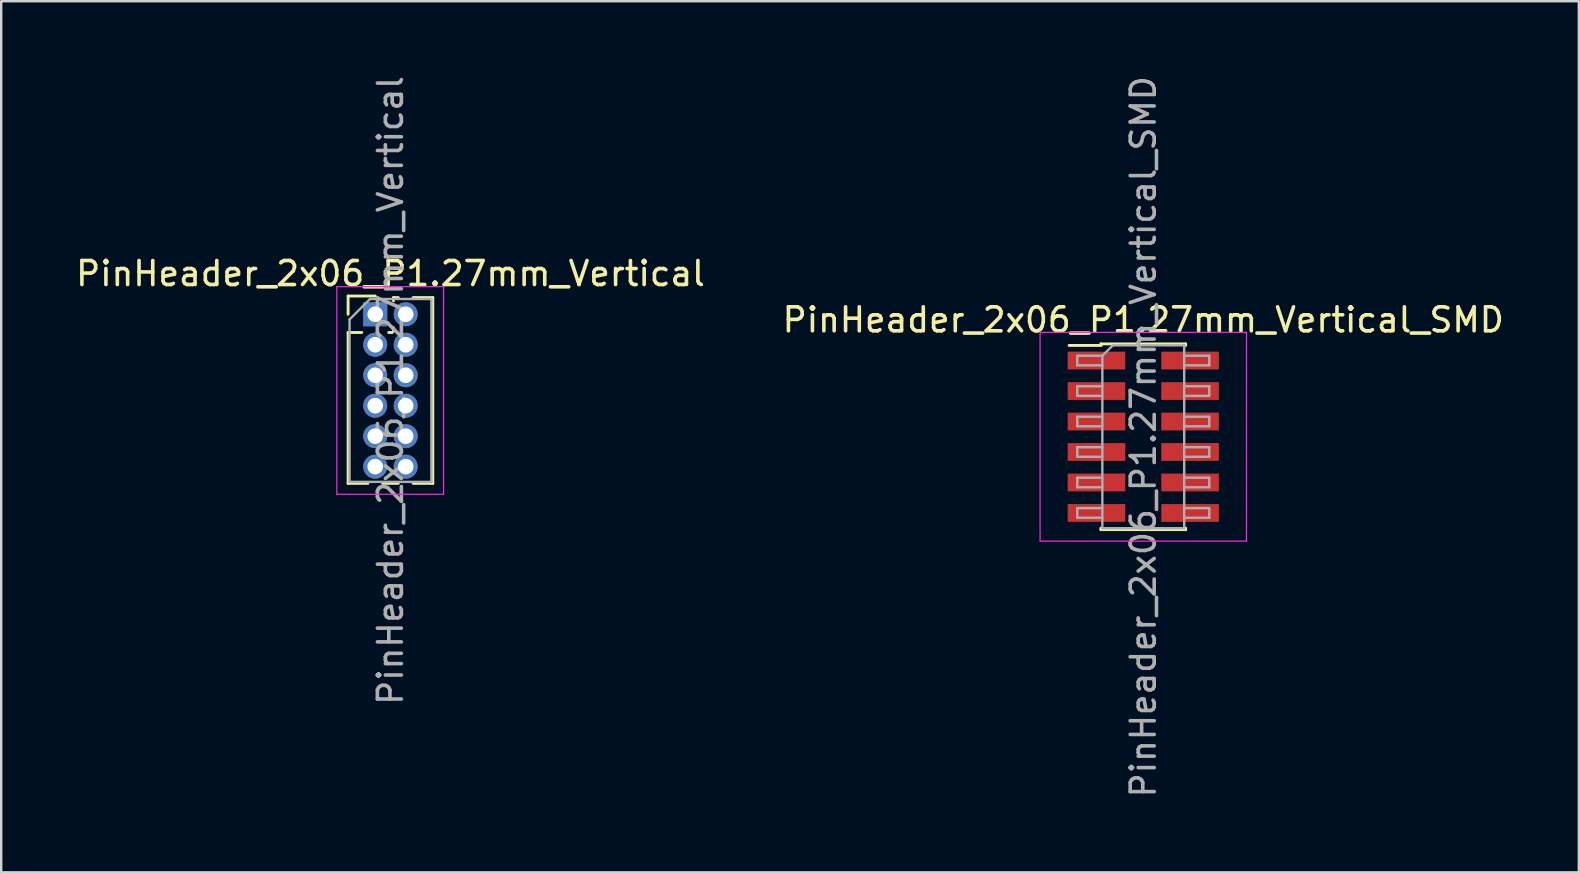
<source format=kicad_pcb>
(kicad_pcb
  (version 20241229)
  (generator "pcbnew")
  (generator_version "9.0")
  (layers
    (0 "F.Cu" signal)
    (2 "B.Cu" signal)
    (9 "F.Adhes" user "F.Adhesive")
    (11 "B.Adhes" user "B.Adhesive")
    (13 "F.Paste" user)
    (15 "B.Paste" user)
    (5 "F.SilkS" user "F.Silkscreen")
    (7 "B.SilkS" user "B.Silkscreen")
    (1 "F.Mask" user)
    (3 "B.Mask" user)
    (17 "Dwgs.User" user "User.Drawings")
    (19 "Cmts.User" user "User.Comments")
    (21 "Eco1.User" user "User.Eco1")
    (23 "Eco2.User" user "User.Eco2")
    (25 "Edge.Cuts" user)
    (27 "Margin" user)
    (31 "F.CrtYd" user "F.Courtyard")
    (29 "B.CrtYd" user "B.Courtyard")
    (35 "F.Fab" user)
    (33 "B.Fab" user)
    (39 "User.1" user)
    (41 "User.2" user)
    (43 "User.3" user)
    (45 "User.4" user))
  (footprint "PinHeader_2x06_P1.27mm_Vertical"
    (layer "F.Cu")
    (at 12.585 10.045)
    (property "Reference" "PinHeader_2x06_P1.27mm_Vertical" (at 0.635 -1.695 0) (layer "F.SilkS") (effects (font (size 1 1) (thickness 0.15))))
    (attr through_hole)
    (fp_line (start -1.13 -0.76) (end 0 -0.76) (stroke (width 0.12) (type solid)) (layer "F.SilkS"))
    (fp_line (start -1.13 0) (end -1.13 -0.76) (stroke (width 0.12) (type solid)) (layer "F.SilkS"))
    (fp_line (start -1.13 0.76) (end -1.13 7.045) (stroke (width 0.12) (type solid)) (layer "F.SilkS"))
    (fp_line (start -1.13 0.76) (end -0.563 0.76) (stroke (width 0.12) (type solid)) (layer "F.SilkS"))
    (fp_line (start -1.13 7.045) (end -0.308 7.045) (stroke (width 0.12) (type solid)) (layer "F.SilkS"))
    (fp_line (start 0.308 7.045) (end 0.962 7.045) (stroke (width 0.12) (type solid)) (layer "F.SilkS"))
    (fp_line (start 0.563 0.76) (end 0.707 0.76) (stroke (width 0.12) (type solid)) (layer "F.SilkS"))
    (fp_line (start 0.76 -0.695) (end 0.962 -0.695) (stroke (width 0.12) (type solid)) (layer "F.SilkS"))
    (fp_line (start 0.76 -0.563) (end 0.76 -0.695) (stroke (width 0.12) (type solid)) (layer "F.SilkS"))
    (fp_line (start 0.76 0.707) (end 0.76 0.563) (stroke (width 0.12) (type solid)) (layer "F.SilkS"))
    (fp_line (start 1.578 -0.695) (end 2.4 -0.695) (stroke (width 0.12) (type solid)) (layer "F.SilkS"))
    (fp_line (start 1.578 7.045) (end 2.4 7.045) (stroke (width 0.12) (type solid)) (layer "F.SilkS"))
    (fp_line (start 2.4 -0.695) (end 2.4 7.045) (stroke (width 0.12) (type solid)) (layer "F.SilkS"))
    (fp_line (start -1.6 -1.15) (end -1.6 7.5) (stroke (width 0.05) (type solid)) (layer "F.CrtYd"))
    (fp_line (start -1.6 7.5) (end 2.85 7.5) (stroke (width 0.05) (type solid)) (layer "F.CrtYd"))
    (fp_line (start 2.85 -1.15) (end -1.6 -1.15) (stroke (width 0.05) (type solid)) (layer "F.CrtYd"))
    (fp_line (start 2.85 7.5) (end 2.85 -1.15) (stroke (width 0.05) (type solid)) (layer "F.CrtYd"))
    (fp_line (start -1.07 0.217) (end -0.217 -0.635) (stroke (width 0.1) (type solid)) (layer "F.Fab"))
    (fp_line (start -1.07 6.985) (end -1.07 0.217) (stroke (width 0.1) (type solid)) (layer "F.Fab"))
    (fp_line (start -0.217 -0.635) (end 2.34 -0.635) (stroke (width 0.1) (type solid)) (layer "F.Fab"))
    (fp_line (start 2.34 -0.635) (end 2.34 6.985) (stroke (width 0.1) (type solid)) (layer "F.Fab"))
    (fp_line (start 2.34 6.985) (end -1.07 6.985) (stroke (width 0.1) (type solid)) (layer "F.Fab"))
    (fp_text user "${REFERENCE}" (at 0.635 3.175 90) (layer "F.Fab") (effects (font (size 1 1) (thickness 0.15))))
    (pad "1" thru_hole rect (at 0 0) (size 1 1) (drill 0.65) (layers "*.Cu" "*.Mask"))
    (pad "2" thru_hole oval (at 1.27 0) (size 1 1) (drill 0.65) (layers "*.Cu" "*.Mask"))
    (pad "3" thru_hole oval (at 0 1.27) (size 1 1) (drill 0.65) (layers "*.Cu" "*.Mask"))
    (pad "4" thru_hole oval (at 1.27 1.27) (size 1 1) (drill 0.65) (layers "*.Cu" "*.Mask"))
    (pad "5" thru_hole oval (at 0 2.54) (size 1 1) (drill 0.65) (layers "*.Cu" "*.Mask"))
    (pad "6" thru_hole oval (at 1.27 2.54) (size 1 1) (drill 0.65) (layers "*.Cu" "*.Mask"))
    (pad "7" thru_hole oval (at 0 3.81) (size 1 1) (drill 0.65) (layers "*.Cu" "*.Mask"))
    (pad "8" thru_hole oval (at 1.27 3.81) (size 1 1) (drill 0.65) (layers "*.Cu" "*.Mask"))
    (pad "9" thru_hole oval (at 0 5.08) (size 1 1) (drill 0.65) (layers "*.Cu" "*.Mask"))
    (pad "10" thru_hole oval (at 1.27 5.08) (size 1 1) (drill 0.65) (layers "*.Cu" "*.Mask"))
    (pad "11" thru_hole oval (at 0 6.35) (size 1 1) (drill 0.65) (layers "*.Cu" "*.Mask"))
    (pad "12" thru_hole oval (at 1.27 6.35) (size 1 1) (drill 0.65) (layers "*.Cu" "*.Mask")))
  (footprint "PinHeader_2x06_P1.27mm_Vertical_SMD"
    (layer "F.Cu")
    (at 44.589 15.149)
    (property "Reference" "PinHeader_2x06_P1.27mm_Vertical_SMD" (at 0 -4.87 0) (layer "F.SilkS") (effects (font (size 1 1) (thickness 0.15))))
    (attr smd)
    (fp_line (start -3.09 -3.805) (end -1.765 -3.805) (stroke (width 0.12) (type solid)) (layer "F.SilkS"))
    (fp_line (start -1.765 -3.87) (end -1.765 -3.805) (stroke (width 0.12) (type solid)) (layer "F.SilkS"))
    (fp_line (start -1.765 -3.87) (end 1.765 -3.87) (stroke (width 0.12) (type solid)) (layer "F.SilkS"))
    (fp_line (start -1.765 3.805) (end -1.765 3.87) (stroke (width 0.12) (type solid)) (layer "F.SilkS"))
    (fp_line (start -1.765 3.87) (end 1.765 3.87) (stroke (width 0.12) (type solid)) (layer "F.SilkS"))
    (fp_line (start 1.765 -3.87) (end 1.765 -3.805) (stroke (width 0.12) (type solid)) (layer "F.SilkS"))
    (fp_line (start 1.765 3.805) (end 1.765 3.87) (stroke (width 0.12) (type solid)) (layer "F.SilkS"))
    (fp_line (start -4.3 -4.35) (end -4.3 4.35) (stroke (width 0.05) (type solid)) (layer "F.CrtYd"))
    (fp_line (start -4.3 4.35) (end 4.3 4.35) (stroke (width 0.05) (type solid)) (layer "F.CrtYd"))
    (fp_line (start 4.3 -4.35) (end -4.3 -4.35) (stroke (width 0.05) (type solid)) (layer "F.CrtYd"))
    (fp_line (start 4.3 4.35) (end 4.3 -4.35) (stroke (width 0.05) (type solid)) (layer "F.CrtYd"))
    (fp_line (start -2.75 -3.375) (end -2.75 -2.975) (stroke (width 0.1) (type solid)) (layer "F.Fab"))
    (fp_line (start -2.75 -2.975) (end -1.705 -2.975) (stroke (width 0.1) (type solid)) (layer "F.Fab"))
    (fp_line (start -2.75 -2.105) (end -2.75 -1.705) (stroke (width 0.1) (type solid)) (layer "F.Fab"))
    (fp_line (start -2.75 -1.705) (end -1.705 -1.705) (stroke (width 0.1) (type solid)) (layer "F.Fab"))
    (fp_line (start -2.75 -0.835) (end -2.75 -0.435) (stroke (width 0.1) (type solid)) (layer "F.Fab"))
    (fp_line (start -2.75 -0.435) (end -1.705 -0.435) (stroke (width 0.1) (type solid)) (layer "F.Fab"))
    (fp_line (start -2.75 0.435) (end -2.75 0.835) (stroke (width 0.1) (type solid)) (layer "F.Fab"))
    (fp_line (start -2.75 0.835) (end -1.705 0.835) (stroke (width 0.1) (type solid)) (layer "F.Fab"))
    (fp_line (start -2.75 1.705) (end -2.75 2.105) (stroke (width 0.1) (type solid)) (layer "F.Fab"))
    (fp_line (start -2.75 2.105) (end -1.705 2.105) (stroke (width 0.1) (type solid)) (layer "F.Fab"))
    (fp_line (start -2.75 2.975) (end -2.75 3.375) (stroke (width 0.1) (type solid)) (layer "F.Fab"))
    (fp_line (start -2.75 3.375) (end -1.705 3.375) (stroke (width 0.1) (type solid)) (layer "F.Fab"))
    (fp_line (start -1.705 -3.375) (end -2.75 -3.375) (stroke (width 0.1) (type solid)) (layer "F.Fab"))
    (fp_line (start -1.705 -3.375) (end -1.27 -3.81) (stroke (width 0.1) (type solid)) (layer "F.Fab"))
    (fp_line (start -1.705 -2.105) (end -2.75 -2.105) (stroke (width 0.1) (type solid)) (layer "F.Fab"))
    (fp_line (start -1.705 -0.835) (end -2.75 -0.835) (stroke (width 0.1) (type solid)) (layer "F.Fab"))
    (fp_line (start -1.705 0.435) (end -2.75 0.435) (stroke (width 0.1) (type solid)) (layer "F.Fab"))
    (fp_line (start -1.705 1.705) (end -2.75 1.705) (stroke (width 0.1) (type solid)) (layer "F.Fab"))
    (fp_line (start -1.705 2.975) (end -2.75 2.975) (stroke (width 0.1) (type solid)) (layer "F.Fab"))
    (fp_line (start -1.705 3.81) (end -1.705 -3.375) (stroke (width 0.1) (type solid)) (layer "F.Fab"))
    (fp_line (start -1.27 -3.81) (end 1.705 -3.81) (stroke (width 0.1) (type solid)) (layer "F.Fab"))
    (fp_line (start 1.705 -3.81) (end 1.705 3.81) (stroke (width 0.1) (type solid)) (layer "F.Fab"))
    (fp_line (start 1.705 -3.375) (end 2.75 -3.375) (stroke (width 0.1) (type solid)) (layer "F.Fab"))
    (fp_line (start 1.705 -2.105) (end 2.75 -2.105) (stroke (width 0.1) (type solid)) (layer "F.Fab"))
    (fp_line (start 1.705 -0.835) (end 2.75 -0.835) (stroke (width 0.1) (type solid)) (layer "F.Fab"))
    (fp_line (start 1.705 0.435) (end 2.75 0.435) (stroke (width 0.1) (type solid)) (layer "F.Fab"))
    (fp_line (start 1.705 1.705) (end 2.75 1.705) (stroke (width 0.1) (type solid)) (layer "F.Fab"))
    (fp_line (start 1.705 2.975) (end 2.75 2.975) (stroke (width 0.1) (type solid)) (layer "F.Fab"))
    (fp_line (start 1.705 3.81) (end -1.705 3.81) (stroke (width 0.1) (type solid)) (layer "F.Fab"))
    (fp_line (start 2.75 -3.375) (end 2.75 -2.975) (stroke (width 0.1) (type solid)) (layer "F.Fab"))
    (fp_line (start 2.75 -2.975) (end 1.705 -2.975) (stroke (width 0.1) (type solid)) (layer "F.Fab"))
    (fp_line (start 2.75 -2.105) (end 2.75 -1.705) (stroke (width 0.1) (type solid)) (layer "F.Fab"))
    (fp_line (start 2.75 -1.705) (end 1.705 -1.705) (stroke (width 0.1) (type solid)) (layer "F.Fab"))
    (fp_line (start 2.75 -0.835) (end 2.75 -0.435) (stroke (width 0.1) (type solid)) (layer "F.Fab"))
    (fp_line (start 2.75 -0.435) (end 1.705 -0.435) (stroke (width 0.1) (type solid)) (layer "F.Fab"))
    (fp_line (start 2.75 0.435) (end 2.75 0.835) (stroke (width 0.1) (type solid)) (layer "F.Fab"))
    (fp_line (start 2.75 0.835) (end 1.705 0.835) (stroke (width 0.1) (type solid)) (layer "F.Fab"))
    (fp_line (start 2.75 1.705) (end 2.75 2.105) (stroke (width 0.1) (type solid)) (layer "F.Fab"))
    (fp_line (start 2.75 2.105) (end 1.705 2.105) (stroke (width 0.1) (type solid)) (layer "F.Fab"))
    (fp_line (start 2.75 2.975) (end 2.75 3.375) (stroke (width 0.1) (type solid)) (layer "F.Fab"))
    (fp_line (start 2.75 3.375) (end 1.705 3.375) (stroke (width 0.1) (type solid)) (layer "F.Fab"))
    (fp_text user "${REFERENCE}" (at 0 0 90) (layer "F.Fab") (effects (font (size 1 1) (thickness 0.15))))
    (pad "1" smd rect (at -1.95 -3.175) (size 2.4 0.74) (layers "F.Cu" "F.Mask" "F.Paste"))
    (pad "2" smd rect (at 1.95 -3.175) (size 2.4 0.74) (layers "F.Cu" "F.Mask" "F.Paste"))
    (pad "3" smd rect (at -1.95 -1.905) (size 2.4 0.74) (layers "F.Cu" "F.Mask" "F.Paste"))
    (pad "4" smd rect (at 1.95 -1.905) (size 2.4 0.74) (layers "F.Cu" "F.Mask" "F.Paste"))
    (pad "5" smd rect (at -1.95 -0.635) (size 2.4 0.74) (layers "F.Cu" "F.Mask" "F.Paste"))
    (pad "6" smd rect (at 1.95 -0.635) (size 2.4 0.74) (layers "F.Cu" "F.Mask" "F.Paste"))
    (pad "7" smd rect (at -1.95 0.635) (size 2.4 0.74) (layers "F.Cu" "F.Mask" "F.Paste"))
    (pad "8" smd rect (at 1.95 0.635) (size 2.4 0.74) (layers "F.Cu" "F.Mask" "F.Paste"))
    (pad "9" smd rect (at -1.95 1.905) (size 2.4 0.74) (layers "F.Cu" "F.Mask" "F.Paste"))
    (pad "10" smd rect (at 1.95 1.905) (size 2.4 0.74) (layers "F.Cu" "F.Mask" "F.Paste"))
    (pad "11" smd rect (at -1.95 3.175) (size 2.4 0.74) (layers "F.Cu" "F.Mask" "F.Paste"))
    (pad "12" smd rect (at 1.95 3.175) (size 2.4 0.74) (layers "F.Cu" "F.Mask" "F.Paste")))
  (gr_rect
    (start -3 -3)
    (end 62.738 33.298)
    (stroke (width 0.1) (type default))
    (fill no)
    (layer "Edge.Cuts")))
</source>
